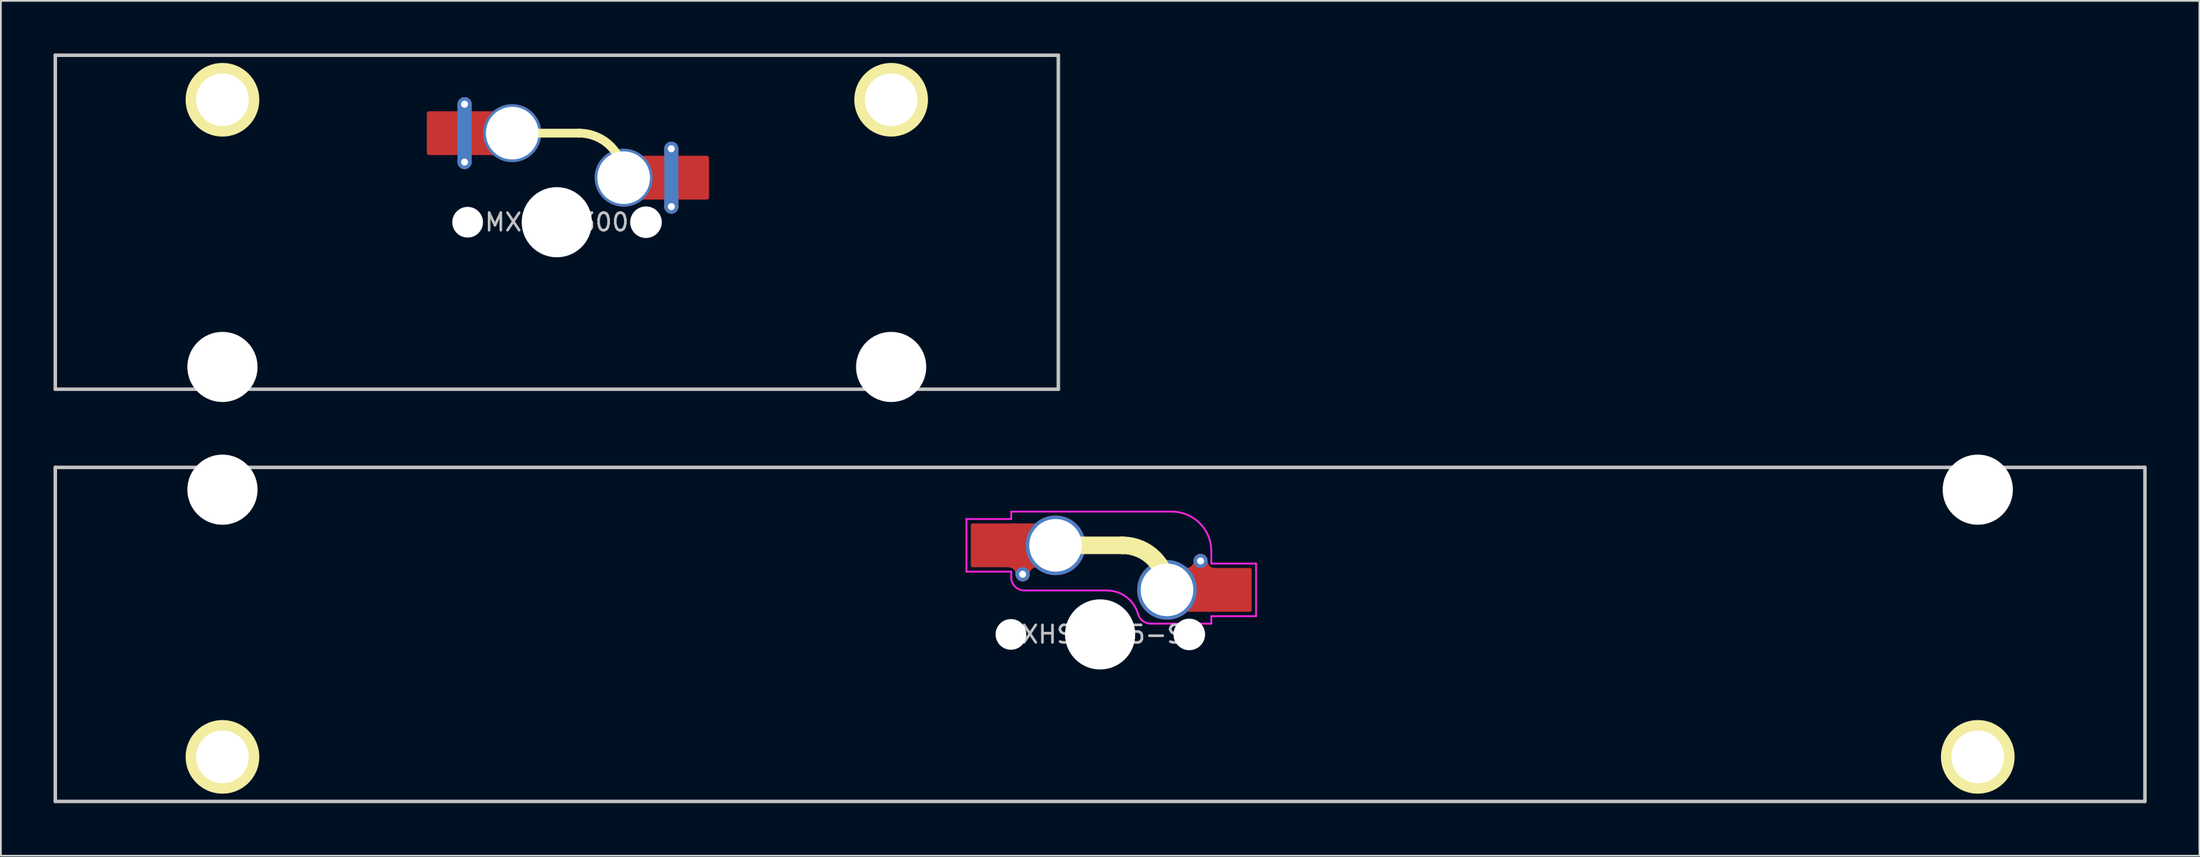
<source format=kicad_pcb>
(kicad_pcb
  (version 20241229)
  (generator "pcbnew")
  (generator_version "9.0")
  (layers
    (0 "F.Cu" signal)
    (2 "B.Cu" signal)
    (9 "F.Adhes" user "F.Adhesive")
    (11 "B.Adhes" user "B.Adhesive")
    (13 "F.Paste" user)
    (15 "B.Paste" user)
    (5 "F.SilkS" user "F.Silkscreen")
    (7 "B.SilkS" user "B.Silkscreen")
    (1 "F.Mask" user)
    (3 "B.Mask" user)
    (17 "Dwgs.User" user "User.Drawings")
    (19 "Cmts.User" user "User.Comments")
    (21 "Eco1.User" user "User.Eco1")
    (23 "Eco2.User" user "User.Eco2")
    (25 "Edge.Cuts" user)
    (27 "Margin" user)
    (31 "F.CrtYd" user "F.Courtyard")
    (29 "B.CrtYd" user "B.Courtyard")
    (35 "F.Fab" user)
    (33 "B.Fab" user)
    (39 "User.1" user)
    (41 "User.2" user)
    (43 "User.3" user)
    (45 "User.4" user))
  (footprint "MXHS-300"
    (layer "F.Cu")
    (at 28.675 9.625)
    (property "Reference" "MXHS-300" (at 0 0 0) (layer "Dwgs.User") (effects (font (size 1 1) (thickness 0.15))))
    (attr through_hole)
    (fp_line (start -2.54 -5.08) (end 1.27 -5.08) (stroke (width 0.5) (type solid)) (layer "F.SilkS"))
    (fp_arc (start 1.27 -5.08) (mid 3.066051 -4.336051) (end 3.81 -2.54) (stroke (width 0.5) (type solid)) (layer "F.SilkS"))
    (fp_circle (center -19.05 -6.985) (end -17.05 -6.985) (stroke (width 0.2) (type solid)) (fill yes) (layer "F.SilkS"))
    (fp_circle (center 19.05 -6.985) (end 21.05 -6.985) (stroke (width 0.2) (type solid)) (fill yes) (layer "F.SilkS"))
    (fp_line (start -28.575 -9.525) (end -28.575 9.525) (stroke (width 0.2) (type solid)) (layer "Dwgs.User"))
    (fp_line (start -28.575 9.525) (end 28.575 9.525) (stroke (width 0.2) (type solid)) (layer "Dwgs.User"))
    (fp_line (start 28.575 -9.525) (end -28.575 -9.525) (stroke (width 0.2) (type solid)) (layer "Dwgs.User"))
    (fp_line (start 28.575 9.525) (end 28.575 -9.525) (stroke (width 0.2) (type solid)) (layer "Dwgs.User"))
    (pad "" np_thru_hole circle (at -19.05 -6.985) (size 3 3) (drill 3) (layers "*.Cu" "*.Mask"))
    (pad "" np_thru_hole circle (at -19.05 8.255) (size 4 4) (drill 4) (layers "*.Cu" "*.Mask"))
    (pad "" np_thru_hole circle (at -5.08 0) (size 1.75 1.75) (drill 1.75) (layers "*.Cu" "*.Mask"))
    (pad "" np_thru_hole circle (at 0 0) (size 4 4) (drill 4) (layers "*.Cu" "*.Mask"))
    (pad "" np_thru_hole circle (at 5.08 0) (size 1.8 1.8) (drill 1.8) (layers "*.Cu" "*.Mask"))
    (pad "" np_thru_hole circle (at 19.05 -6.985) (size 3 3) (drill 3) (layers "*.Cu" "*.Mask"))
    (pad "" np_thru_hole circle (at 19.05 8.255) (size 4 4) (drill 4) (layers "*.Cu" "*.Mask"))
    (pad "1" thru_hole circle (at 3.81 -2.54) (size 3.3 3.3) (drill 3) (layers "*.Cu" "F.Mask"))
    (pad "1" smd rect (at 5.25 -2.54) (size 2 2.5) (layers "F.Cu"))
    (pad "1" thru_hole circle (at 6.525 -4.19 180) (size 0.8 0.8) (drill 0.4) (layers "*.Cu"))
    (pad "1" smd roundrect (at 6.525 -2.54) (size 0.8 4.1) (layers "F.Cu") (roundrect_rratio 0.5))
    (pad "1" smd roundrect (at 6.525 -2.54) (size 0.8 4.1) (layers "B.Cu") (roundrect_rratio 0.5))
    (pad "1" thru_hole circle (at 6.525 -0.89 180) (size 0.8 0.8) (drill 0.4) (layers "*.Cu"))
    (pad "1" smd roundrect (at 7.4 -2.54) (size 2.55 2.5) (layers "F.Cu" "F.Mask" "F.Paste") (roundrect_rratio 0.05))
    (pad "2" smd roundrect (at -6.13 -5.08) (size 2.55 2.5) (layers "F.Cu" "F.Mask" "F.Paste") (roundrect_rratio 0.05))
    (pad "2" thru_hole circle (at -5.255 -6.73 180) (size 0.8 0.8) (drill 0.4) (layers "*.Cu"))
    (pad "2" smd roundrect (at -5.255 -5.08) (size 0.8 4.1) (layers "F.Cu") (roundrect_rratio 0.5))
    (pad "2" smd roundrect (at -5.255 -5.08) (size 0.8 4.1) (layers "B.Cu") (roundrect_rratio 0.5))
    (pad "2" thru_hole circle (at -5.255 -3.43 180) (size 0.8 0.8) (drill 0.4) (layers "*.Cu"))
    (pad "2" smd rect (at -3.98 -5.08) (size 2 2.5) (layers "F.Cu"))
    (pad "2" thru_hole circle (at -2.54 -5.08) (size 3.3 3.3) (drill 3) (layers "*.Cu" "F.Mask")))
  (footprint "MXHS-625-SF"
    (layer "F.Cu")
    (at 59.631 33.135)
    (property "Reference" "MXHS-625-SF" (at 0 0 0) (layer "Dwgs.User") (effects (font (size 1 1) (thickness 0.15))))
    (attr through_hole)
    (fp_arc (start -5.215 -4.23) (mid -4.649315 -3.995685) (end -4.415 -3.43) (stroke (width 0.8) (type solid)) (layer "F.Cu"))
    (fp_arc (start -4.415 -3.43) (mid -4.180685 -3.995685) (end -3.615 -4.23) (stroke (width 0.8) (type solid)) (layer "F.Cu"))
    (fp_arc (start 5.725 -4.19) (mid 5.490685 -3.624315) (end 4.925 -3.39) (stroke (width 0.8) (type solid)) (layer "F.Cu"))
    (fp_arc (start 6.525 -3.39) (mid 5.959315 -3.624315) (end 5.725 -4.19) (stroke (width 0.8) (type solid)) (layer "F.Cu"))
    (fp_line (start -2.54 -5.08) (end 1.27 -5.08) (stroke (width 1) (type solid)) (layer "F.SilkS"))
    (fp_arc (start 1.27 -5.08) (mid 3.066051 -4.336051) (end 3.81 -2.54) (stroke (width 1) (type solid)) (layer "F.SilkS"))
    (fp_circle (center -50.006 6.985) (end -52.006 6.985) (stroke (width 0.2) (type solid)) (fill yes) (layer "F.SilkS"))
    (fp_circle (center 50.006 6.985) (end 48.006 6.985) (stroke (width 0.2) (type solid)) (fill yes) (layer "F.SilkS"))
    (fp_line (start -59.531 -9.525) (end -59.531 9.525) (stroke (width 0.2) (type solid)) (layer "Dwgs.User"))
    (fp_line (start -59.531 9.525) (end 59.531 9.525) (stroke (width 0.2) (type solid)) (layer "Dwgs.User"))
    (fp_line (start 59.531 -9.525) (end -59.531 -9.525) (stroke (width 0.2) (type solid)) (layer "Dwgs.User"))
    (fp_line (start 59.531 9.525) (end 59.531 -9.525) (stroke (width 0.2) (type solid)) (layer "Dwgs.User"))
    (fp_line (start -7.615 -6.58) (end -5.065 -6.58) (stroke (width 0.1) (type solid)) (layer "F.CrtYd"))
    (fp_line (start -7.615 -3.58) (end -7.615 -6.58) (stroke (width 0.1) (type solid)) (layer "F.CrtYd"))
    (fp_line (start -5.065 -7.005) (end 4.085 -7.005) (stroke (width 0.1) (type solid)) (layer "F.CrtYd"))
    (fp_line (start -5.065 -6.58) (end -5.065 -7.005) (stroke (width 0.1) (type solid)) (layer "F.CrtYd"))
    (fp_line (start -5.065 -3.58) (end -7.615 -3.58) (stroke (width 0.1) (type solid)) (layer "F.CrtYd"))
    (fp_line (start -5.065 -3.255) (end -5.065 -3.58) (stroke (width 0.1) (type solid)) (layer "F.CrtYd"))
    (fp_line (start 0.385 -2.505) (end -4.315 -2.505) (stroke (width 0.1) (type solid)) (layer "F.CrtYd"))
    (fp_line (start 6.335 -4.755) (end 6.335 -4.04) (stroke (width 0.1) (type solid)) (layer "F.CrtYd"))
    (fp_line (start 6.335 -4.04) (end 8.885 -4.04) (stroke (width 0.1) (type solid)) (layer "F.CrtYd"))
    (fp_line (start 6.335 -1.04) (end 6.335 -0.615) (stroke (width 0.1) (type solid)) (layer "F.CrtYd"))
    (fp_line (start 6.335 -0.615) (end 2.885 -0.615) (stroke (width 0.1) (type solid)) (layer "F.CrtYd"))
    (fp_line (start 8.885 -4.04) (end 8.885 -1.04) (stroke (width 0.1) (type solid)) (layer "F.CrtYd"))
    (fp_line (start 8.885 -1.04) (end 6.335 -1.04) (stroke (width 0.1) (type solid)) (layer "F.CrtYd"))
    (fp_arc (start -4.315 -2.505) (mid -4.84533 -2.72467) (end -5.065 -3.255) (stroke (width 0.1) (type solid)) (layer "F.CrtYd"))
    (fp_arc (start 0.385 -2.505) (mid 1.499718 -2.131055) (end 2.163413 -1.16052) (stroke (width 0.1) (type solid)) (layer "F.CrtYd"))
    (fp_arc (start 2.884999 -0.615) (mid 2.432706 -0.766728) (end 2.163413 -1.16052) (stroke (width 0.1) (type solid)) (layer "F.CrtYd"))
    (fp_arc (start 4.085 -7.005) (mid 5.67599 -6.34599) (end 6.335 -4.755) (stroke (width 0.1) (type solid)) (layer "F.CrtYd"))
    (pad "" np_thru_hole circle (at -50.006 -8.255 180) (size 4 4) (drill 4) (layers "*.Cu" "*.Mask"))
    (pad "" np_thru_hole circle (at -50.006 6.985 180) (size 3 3) (drill 3) (layers "*.Cu" "*.Mask"))
    (pad "" np_thru_hole circle (at -5.08 0) (size 1.75 1.75) (drill 1.75) (layers "*.Cu" "*.Mask"))
    (pad "" np_thru_hole circle (at 0 0) (size 4 4) (drill 4) (layers "*.Cu" "*.Mask"))
    (pad "" np_thru_hole circle (at 5.08 0) (size 1.8 1.8) (drill 1.8) (layers "*.Cu" "*.Mask"))
    (pad "" np_thru_hole circle (at 50.006 -8.255 180) (size 4 4) (drill 4) (layers "*.Cu" "*.Mask"))
    (pad "" np_thru_hole circle (at 50.006 6.985 180) (size 3 3) (drill 3) (layers "*.Cu" "*.Mask"))
    (pad "1" thru_hole circle (at 3.81 -2.54) (size 3.4 3.4) (drill 3) (layers "*.Cu" "F.Mask"))
    (pad "1" smd rect (at 5.21 -2.54) (size 2 2.5) (layers "F.Cu"))
    (pad "1" thru_hole circle (at 5.725 -4.19 180) (size 0.8 0.8) (drill 0.4) (layers "*.Cu"))
    (pad "1" smd roundrect (at 5.725 -3.365) (size 0.8 2.45) (layers "F.Cu") (roundrect_rratio 0.5))
    (pad "1" smd roundrect (at 7.36 -2.54) (size 2.55 2.5) (layers "F.Cu" "F.Mask" "F.Paste") (roundrect_rratio 0.04))
    (pad "2" smd roundrect (at -6.09 -5.08) (size 2.55 2.5) (layers "F.Cu" "F.Mask" "F.Paste") (roundrect_rratio 0.04))
    (pad "2" smd roundrect (at -4.415 -4.255) (size 0.8 2.45) (layers "F.Cu") (roundrect_rratio 0.5))
    (pad "2" thru_hole circle (at -4.415 -3.43 180) (size 0.8 0.8) (drill 0.4) (layers "*.Cu"))
    (pad "2" smd rect (at -3.94 -5.08) (size 2 2.5) (layers "F.Cu"))
    (pad "2" thru_hole circle (at -2.54 -5.08) (size 3.4 3.4) (drill 3) (layers "*.Cu" "F.Mask")))
  (gr_rect
    (start -3 -3)
    (end 122.263 45.76)
    (stroke (width 0.1) (type default))
    (fill no)
    (layer "Edge.Cuts")))
</source>
